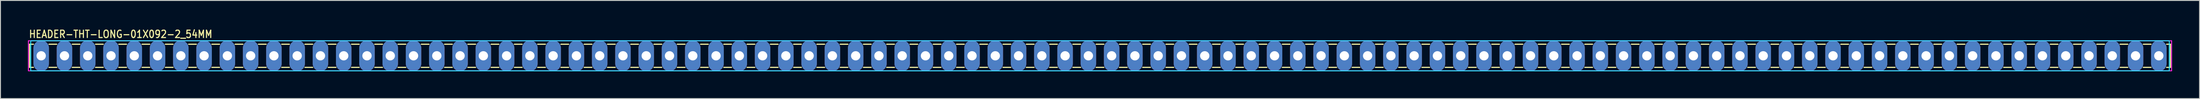
<source format=kicad_pcb>
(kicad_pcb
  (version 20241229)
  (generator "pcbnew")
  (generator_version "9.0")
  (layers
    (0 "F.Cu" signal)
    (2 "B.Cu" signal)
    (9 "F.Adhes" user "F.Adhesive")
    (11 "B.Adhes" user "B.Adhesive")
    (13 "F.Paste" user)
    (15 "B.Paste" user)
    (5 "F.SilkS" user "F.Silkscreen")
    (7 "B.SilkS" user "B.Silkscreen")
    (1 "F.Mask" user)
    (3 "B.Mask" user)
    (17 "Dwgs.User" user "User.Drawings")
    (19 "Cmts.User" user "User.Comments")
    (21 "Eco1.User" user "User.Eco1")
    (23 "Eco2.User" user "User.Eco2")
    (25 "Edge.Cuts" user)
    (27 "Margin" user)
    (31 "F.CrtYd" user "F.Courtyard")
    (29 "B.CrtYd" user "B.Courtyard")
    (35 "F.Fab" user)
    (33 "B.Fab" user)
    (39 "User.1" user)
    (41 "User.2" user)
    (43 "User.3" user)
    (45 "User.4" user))
  (footprint "HEADER-THT-LONG-01X092-2_54MM"
    (layer "F.Cu")
    (at 1.447 3.079)
    (property "Reference" "HEADER-THT-LONG-01X092-2_54MM" (at -1.4 -1.9 0) (unlocked yes) (layer "F.SilkS") (effects (font (size 0.813 0.695) (thickness 0.122)) (justify left bottom)))
    (fp_line (start -1.27 -1.27) (end -1.27 1.27) (stroke (width 0.127) (type solid)) (layer "F.SilkS"))
    (fp_line (start -1.27 1.27) (end -0.85 1.27) (stroke (width 0.127) (type solid)) (layer "F.SilkS"))
    (fp_line (start -0.85 -1.27) (end -1.27 -1.27) (stroke (width 0.127) (type solid)) (layer "F.SilkS"))
    (fp_line (start 0.85 -1.27) (end 1.69 -1.27) (stroke (width 0.127) (type solid)) (layer "F.SilkS"))
    (fp_line (start 0.85 1.27) (end 1.69 1.27) (stroke (width 0.127) (type solid)) (layer "F.SilkS"))
    (fp_line (start 3.39 -1.27) (end 4.23 -1.27) (stroke (width 0.127) (type solid)) (layer "F.SilkS"))
    (fp_line (start 3.39 1.27) (end 4.23 1.27) (stroke (width 0.127) (type solid)) (layer "F.SilkS"))
    (fp_line (start 5.93 -1.27) (end 6.77 -1.27) (stroke (width 0.127) (type solid)) (layer "F.SilkS"))
    (fp_line (start 5.93 1.27) (end 6.77 1.27) (stroke (width 0.127) (type solid)) (layer "F.SilkS"))
    (fp_line (start 8.47 -1.27) (end 9.31 -1.27) (stroke (width 0.127) (type solid)) (layer "F.SilkS"))
    (fp_line (start 8.47 1.27) (end 9.31 1.27) (stroke (width 0.127) (type solid)) (layer "F.SilkS"))
    (fp_line (start 11.01 -1.27) (end 11.85 -1.27) (stroke (width 0.127) (type solid)) (layer "F.SilkS"))
    (fp_line (start 11.01 1.27) (end 11.85 1.27) (stroke (width 0.127) (type solid)) (layer "F.SilkS"))
    (fp_line (start 13.55 -1.27) (end 14.39 -1.27) (stroke (width 0.127) (type solid)) (layer "F.SilkS"))
    (fp_line (start 13.55 1.27) (end 14.39 1.27) (stroke (width 0.127) (type solid)) (layer "F.SilkS"))
    (fp_line (start 16.09 -1.27) (end 16.93 -1.27) (stroke (width 0.127) (type solid)) (layer "F.SilkS"))
    (fp_line (start 16.09 1.27) (end 16.93 1.27) (stroke (width 0.127) (type solid)) (layer "F.SilkS"))
    (fp_line (start 18.63 -1.27) (end 19.47 -1.27) (stroke (width 0.127) (type solid)) (layer "F.SilkS"))
    (fp_line (start 18.63 1.27) (end 19.47 1.27) (stroke (width 0.127) (type solid)) (layer "F.SilkS"))
    (fp_line (start 21.17 -1.27) (end 22.01 -1.27) (stroke (width 0.127) (type solid)) (layer "F.SilkS"))
    (fp_line (start 21.17 1.27) (end 22.01 1.27) (stroke (width 0.127) (type solid)) (layer "F.SilkS"))
    (fp_line (start 23.71 -1.27) (end 24.55 -1.27) (stroke (width 0.127) (type solid)) (layer "F.SilkS"))
    (fp_line (start 23.71 1.27) (end 24.55 1.27) (stroke (width 0.127) (type solid)) (layer "F.SilkS"))
    (fp_line (start 26.25 -1.27) (end 27.09 -1.27) (stroke (width 0.127) (type solid)) (layer "F.SilkS"))
    (fp_line (start 26.25 1.27) (end 27.09 1.27) (stroke (width 0.127) (type solid)) (layer "F.SilkS"))
    (fp_line (start 28.79 -1.27) (end 29.63 -1.27) (stroke (width 0.127) (type solid)) (layer "F.SilkS"))
    (fp_line (start 28.79 1.27) (end 29.63 1.27) (stroke (width 0.127) (type solid)) (layer "F.SilkS"))
    (fp_line (start 31.33 -1.27) (end 32.17 -1.27) (stroke (width 0.127) (type solid)) (layer "F.SilkS"))
    (fp_line (start 31.33 1.27) (end 32.17 1.27) (stroke (width 0.127) (type solid)) (layer "F.SilkS"))
    (fp_line (start 33.87 -1.27) (end 34.71 -1.27) (stroke (width 0.127) (type solid)) (layer "F.SilkS"))
    (fp_line (start 33.87 1.27) (end 34.71 1.27) (stroke (width 0.127) (type solid)) (layer "F.SilkS"))
    (fp_line (start 36.41 -1.27) (end 37.25 -1.27) (stroke (width 0.127) (type solid)) (layer "F.SilkS"))
    (fp_line (start 36.41 1.27) (end 37.25 1.27) (stroke (width 0.127) (type solid)) (layer "F.SilkS"))
    (fp_line (start 38.95 -1.27) (end 39.79 -1.27) (stroke (width 0.127) (type solid)) (layer "F.SilkS"))
    (fp_line (start 38.95 1.27) (end 39.79 1.27) (stroke (width 0.127) (type solid)) (layer "F.SilkS"))
    (fp_line (start 41.49 -1.27) (end 42.33 -1.27) (stroke (width 0.127) (type solid)) (layer "F.SilkS"))
    (fp_line (start 41.49 1.27) (end 42.33 1.27) (stroke (width 0.127) (type solid)) (layer "F.SilkS"))
    (fp_line (start 44.03 -1.27) (end 44.87 -1.27) (stroke (width 0.127) (type solid)) (layer "F.SilkS"))
    (fp_line (start 44.03 1.27) (end 44.87 1.27) (stroke (width 0.127) (type solid)) (layer "F.SilkS"))
    (fp_line (start 46.57 -1.27) (end 47.41 -1.27) (stroke (width 0.127) (type solid)) (layer "F.SilkS"))
    (fp_line (start 46.57 1.27) (end 47.41 1.27) (stroke (width 0.127) (type solid)) (layer "F.SilkS"))
    (fp_line (start 49.11 -1.27) (end 49.95 -1.27) (stroke (width 0.127) (type solid)) (layer "F.SilkS"))
    (fp_line (start 49.11 1.27) (end 49.95 1.27) (stroke (width 0.127) (type solid)) (layer "F.SilkS"))
    (fp_line (start 51.65 -1.27) (end 52.49 -1.27) (stroke (width 0.127) (type solid)) (layer "F.SilkS"))
    (fp_line (start 51.65 1.27) (end 52.49 1.27) (stroke (width 0.127) (type solid)) (layer "F.SilkS"))
    (fp_line (start 54.19 -1.27) (end 55.03 -1.27) (stroke (width 0.127) (type solid)) (layer "F.SilkS"))
    (fp_line (start 54.19 1.27) (end 55.03 1.27) (stroke (width 0.127) (type solid)) (layer "F.SilkS"))
    (fp_line (start 56.73 -1.27) (end 57.57 -1.27) (stroke (width 0.127) (type solid)) (layer "F.SilkS"))
    (fp_line (start 56.73 1.27) (end 57.57 1.27) (stroke (width 0.127) (type solid)) (layer "F.SilkS"))
    (fp_line (start 59.27 -1.27) (end 60.11 -1.27) (stroke (width 0.127) (type solid)) (layer "F.SilkS"))
    (fp_line (start 59.27 1.27) (end 60.11 1.27) (stroke (width 0.127) (type solid)) (layer "F.SilkS"))
    (fp_line (start 61.81 -1.27) (end 62.65 -1.27) (stroke (width 0.127) (type solid)) (layer "F.SilkS"))
    (fp_line (start 61.81 1.27) (end 62.65 1.27) (stroke (width 0.127) (type solid)) (layer "F.SilkS"))
    (fp_line (start 64.35 -1.27) (end 65.19 -1.27) (stroke (width 0.127) (type solid)) (layer "F.SilkS"))
    (fp_line (start 64.35 1.27) (end 65.19 1.27) (stroke (width 0.127) (type solid)) (layer "F.SilkS"))
    (fp_line (start 66.89 -1.27) (end 67.73 -1.27) (stroke (width 0.127) (type solid)) (layer "F.SilkS"))
    (fp_line (start 66.89 1.27) (end 67.73 1.27) (stroke (width 0.127) (type solid)) (layer "F.SilkS"))
    (fp_line (start 69.43 -1.27) (end 70.27 -1.27) (stroke (width 0.127) (type solid)) (layer "F.SilkS"))
    (fp_line (start 69.43 1.27) (end 70.27 1.27) (stroke (width 0.127) (type solid)) (layer "F.SilkS"))
    (fp_line (start 71.97 -1.27) (end 72.81 -1.27) (stroke (width 0.127) (type solid)) (layer "F.SilkS"))
    (fp_line (start 71.97 1.27) (end 72.81 1.27) (stroke (width 0.127) (type solid)) (layer "F.SilkS"))
    (fp_line (start 74.51 -1.27) (end 75.35 -1.27) (stroke (width 0.127) (type solid)) (layer "F.SilkS"))
    (fp_line (start 74.51 1.27) (end 75.35 1.27) (stroke (width 0.127) (type solid)) (layer "F.SilkS"))
    (fp_line (start 77.05 -1.27) (end 77.89 -1.27) (stroke (width 0.127) (type solid)) (layer "F.SilkS"))
    (fp_line (start 77.05 1.27) (end 77.89 1.27) (stroke (width 0.127) (type solid)) (layer "F.SilkS"))
    (fp_line (start 79.59 -1.27) (end 80.43 -1.27) (stroke (width 0.127) (type solid)) (layer "F.SilkS"))
    (fp_line (start 79.59 1.27) (end 80.43 1.27) (stroke (width 0.127) (type solid)) (layer "F.SilkS"))
    (fp_line (start 82.13 -1.27) (end 82.97 -1.27) (stroke (width 0.127) (type solid)) (layer "F.SilkS"))
    (fp_line (start 82.13 1.27) (end 82.97 1.27) (stroke (width 0.127) (type solid)) (layer "F.SilkS"))
    (fp_line (start 84.67 -1.27) (end 85.51 -1.27) (stroke (width 0.127) (type solid)) (layer "F.SilkS"))
    (fp_line (start 84.67 1.27) (end 85.51 1.27) (stroke (width 0.127) (type solid)) (layer "F.SilkS"))
    (fp_line (start 87.21 -1.27) (end 88.05 -1.27) (stroke (width 0.127) (type solid)) (layer "F.SilkS"))
    (fp_line (start 87.21 1.27) (end 88.05 1.27) (stroke (width 0.127) (type solid)) (layer "F.SilkS"))
    (fp_line (start 89.75 -1.27) (end 90.59 -1.27) (stroke (width 0.127) (type solid)) (layer "F.SilkS"))
    (fp_line (start 89.75 1.27) (end 90.59 1.27) (stroke (width 0.127) (type solid)) (layer "F.SilkS"))
    (fp_line (start 92.29 -1.27) (end 93.13 -1.27) (stroke (width 0.127) (type solid)) (layer "F.SilkS"))
    (fp_line (start 92.29 1.27) (end 93.13 1.27) (stroke (width 0.127) (type solid)) (layer "F.SilkS"))
    (fp_line (start 94.83 -1.27) (end 95.67 -1.27) (stroke (width 0.127) (type solid)) (layer "F.SilkS"))
    (fp_line (start 94.83 1.27) (end 95.67 1.27) (stroke (width 0.127) (type solid)) (layer "F.SilkS"))
    (fp_line (start 97.37 -1.27) (end 98.21 -1.27) (stroke (width 0.127) (type solid)) (layer "F.SilkS"))
    (fp_line (start 97.37 1.27) (end 98.21 1.27) (stroke (width 0.127) (type solid)) (layer "F.SilkS"))
    (fp_line (start 99.91 -1.27) (end 100.75 -1.27) (stroke (width 0.127) (type solid)) (layer "F.SilkS"))
    (fp_line (start 99.91 1.27) (end 100.75 1.27) (stroke (width 0.127) (type solid)) (layer "F.SilkS"))
    (fp_line (start 102.45 -1.27) (end 103.29 -1.27) (stroke (width 0.127) (type solid)) (layer "F.SilkS"))
    (fp_line (start 102.45 1.27) (end 103.29 1.27) (stroke (width 0.127) (type solid)) (layer "F.SilkS"))
    (fp_line (start 104.99 -1.27) (end 105.83 -1.27) (stroke (width 0.127) (type solid)) (layer "F.SilkS"))
    (fp_line (start 104.99 1.27) (end 105.83 1.27) (stroke (width 0.127) (type solid)) (layer "F.SilkS"))
    (fp_line (start 107.53 -1.27) (end 108.37 -1.27) (stroke (width 0.127) (type solid)) (layer "F.SilkS"))
    (fp_line (start 107.53 1.27) (end 108.37 1.27) (stroke (width 0.127) (type solid)) (layer "F.SilkS"))
    (fp_line (start 110.07 -1.27) (end 110.91 -1.27) (stroke (width 0.127) (type solid)) (layer "F.SilkS"))
    (fp_line (start 110.07 1.27) (end 110.91 1.27) (stroke (width 0.127) (type solid)) (layer "F.SilkS"))
    (fp_line (start 112.61 -1.27) (end 113.45 -1.27) (stroke (width 0.127) (type solid)) (layer "F.SilkS"))
    (fp_line (start 112.61 1.27) (end 113.45 1.27) (stroke (width 0.127) (type solid)) (layer "F.SilkS"))
    (fp_line (start 115.15 -1.27) (end 115.99 -1.27) (stroke (width 0.127) (type solid)) (layer "F.SilkS"))
    (fp_line (start 115.15 1.27) (end 115.99 1.27) (stroke (width 0.127) (type solid)) (layer "F.SilkS"))
    (fp_line (start 117.69 -1.27) (end 118.53 -1.27) (stroke (width 0.127) (type solid)) (layer "F.SilkS"))
    (fp_line (start 117.69 1.27) (end 118.53 1.27) (stroke (width 0.127) (type solid)) (layer "F.SilkS"))
    (fp_line (start 120.23 -1.27) (end 121.07 -1.27) (stroke (width 0.127) (type solid)) (layer "F.SilkS"))
    (fp_line (start 120.23 1.27) (end 121.07 1.27) (stroke (width 0.127) (type solid)) (layer "F.SilkS"))
    (fp_line (start 122.77 -1.27) (end 123.61 -1.27) (stroke (width 0.127) (type solid)) (layer "F.SilkS"))
    (fp_line (start 122.77 1.27) (end 123.61 1.27) (stroke (width 0.127) (type solid)) (layer "F.SilkS"))
    (fp_line (start 125.31 -1.27) (end 126.15 -1.27) (stroke (width 0.127) (type solid)) (layer "F.SilkS"))
    (fp_line (start 125.31 1.27) (end 126.15 1.27) (stroke (width 0.127) (type solid)) (layer "F.SilkS"))
    (fp_line (start 127.85 -1.27) (end 128.69 -1.27) (stroke (width 0.127) (type solid)) (layer "F.SilkS"))
    (fp_line (start 127.85 1.27) (end 128.69 1.27) (stroke (width 0.127) (type solid)) (layer "F.SilkS"))
    (fp_line (start 130.39 -1.27) (end 131.23 -1.27) (stroke (width 0.127) (type solid)) (layer "F.SilkS"))
    (fp_line (start 130.39 1.27) (end 131.23 1.27) (stroke (width 0.127) (type solid)) (layer "F.SilkS"))
    (fp_line (start 132.93 -1.27) (end 133.77 -1.27) (stroke (width 0.127) (type solid)) (layer "F.SilkS"))
    (fp_line (start 132.93 1.27) (end 133.77 1.27) (stroke (width 0.127) (type solid)) (layer "F.SilkS"))
    (fp_line (start 135.47 -1.27) (end 136.31 -1.27) (stroke (width 0.127) (type solid)) (layer "F.SilkS"))
    (fp_line (start 135.47 1.27) (end 136.31 1.27) (stroke (width 0.127) (type solid)) (layer "F.SilkS"))
    (fp_line (start 138.01 -1.27) (end 138.85 -1.27) (stroke (width 0.127) (type solid)) (layer "F.SilkS"))
    (fp_line (start 138.01 1.27) (end 138.85 1.27) (stroke (width 0.127) (type solid)) (layer "F.SilkS"))
    (fp_line (start 140.55 -1.27) (end 141.39 -1.27) (stroke (width 0.127) (type solid)) (layer "F.SilkS"))
    (fp_line (start 140.55 1.27) (end 141.39 1.27) (stroke (width 0.127) (type solid)) (layer "F.SilkS"))
    (fp_line (start 143.09 -1.27) (end 143.93 -1.27) (stroke (width 0.127) (type solid)) (layer "F.SilkS"))
    (fp_line (start 143.09 1.27) (end 143.93 1.27) (stroke (width 0.127) (type solid)) (layer "F.SilkS"))
    (fp_line (start 145.63 -1.27) (end 146.47 -1.27) (stroke (width 0.127) (type solid)) (layer "F.SilkS"))
    (fp_line (start 145.63 1.27) (end 146.47 1.27) (stroke (width 0.127) (type solid)) (layer "F.SilkS"))
    (fp_line (start 148.17 -1.27) (end 149.01 -1.27) (stroke (width 0.127) (type solid)) (layer "F.SilkS"))
    (fp_line (start 148.17 1.27) (end 149.01 1.27) (stroke (width 0.127) (type solid)) (layer "F.SilkS"))
    (fp_line (start 150.71 -1.27) (end 151.55 -1.27) (stroke (width 0.127) (type solid)) (layer "F.SilkS"))
    (fp_line (start 150.71 1.27) (end 151.55 1.27) (stroke (width 0.127) (type solid)) (layer "F.SilkS"))
    (fp_line (start 153.25 -1.27) (end 154.09 -1.27) (stroke (width 0.127) (type solid)) (layer "F.SilkS"))
    (fp_line (start 153.25 1.27) (end 154.09 1.27) (stroke (width 0.127) (type solid)) (layer "F.SilkS"))
    (fp_line (start 155.79 -1.27) (end 156.63 -1.27) (stroke (width 0.127) (type solid)) (layer "F.SilkS"))
    (fp_line (start 155.79 1.27) (end 156.63 1.27) (stroke (width 0.127) (type solid)) (layer "F.SilkS"))
    (fp_line (start 158.33 -1.27) (end 159.17 -1.27) (stroke (width 0.127) (type solid)) (layer "F.SilkS"))
    (fp_line (start 158.33 1.27) (end 159.17 1.27) (stroke (width 0.127) (type solid)) (layer "F.SilkS"))
    (fp_line (start 160.87 -1.27) (end 161.71 -1.27) (stroke (width 0.127) (type solid)) (layer "F.SilkS"))
    (fp_line (start 160.87 1.27) (end 161.71 1.27) (stroke (width 0.127) (type solid)) (layer "F.SilkS"))
    (fp_line (start 163.41 -1.27) (end 164.25 -1.27) (stroke (width 0.127) (type solid)) (layer "F.SilkS"))
    (fp_line (start 163.41 1.27) (end 164.25 1.27) (stroke (width 0.127) (type solid)) (layer "F.SilkS"))
    (fp_line (start 165.95 -1.27) (end 166.79 -1.27) (stroke (width 0.127) (type solid)) (layer "F.SilkS"))
    (fp_line (start 165.95 1.27) (end 166.79 1.27) (stroke (width 0.127) (type solid)) (layer "F.SilkS"))
    (fp_line (start 168.49 -1.27) (end 169.33 -1.27) (stroke (width 0.127) (type solid)) (layer "F.SilkS"))
    (fp_line (start 168.49 1.27) (end 169.33 1.27) (stroke (width 0.127) (type solid)) (layer "F.SilkS"))
    (fp_line (start 171.03 -1.27) (end 171.87 -1.27) (stroke (width 0.127) (type solid)) (layer "F.SilkS"))
    (fp_line (start 171.03 1.27) (end 171.87 1.27) (stroke (width 0.127) (type solid)) (layer "F.SilkS"))
    (fp_line (start 173.57 -1.27) (end 174.41 -1.27) (stroke (width 0.127) (type solid)) (layer "F.SilkS"))
    (fp_line (start 173.57 1.27) (end 174.41 1.27) (stroke (width 0.127) (type solid)) (layer "F.SilkS"))
    (fp_line (start 176.11 -1.27) (end 176.95 -1.27) (stroke (width 0.127) (type solid)) (layer "F.SilkS"))
    (fp_line (start 176.11 1.27) (end 176.95 1.27) (stroke (width 0.127) (type solid)) (layer "F.SilkS"))
    (fp_line (start 178.65 -1.27) (end 179.49 -1.27) (stroke (width 0.127) (type solid)) (layer "F.SilkS"))
    (fp_line (start 178.65 1.27) (end 179.49 1.27) (stroke (width 0.127) (type solid)) (layer "F.SilkS"))
    (fp_line (start 181.19 -1.27) (end 182.03 -1.27) (stroke (width 0.127) (type solid)) (layer "F.SilkS"))
    (fp_line (start 181.19 1.27) (end 182.03 1.27) (stroke (width 0.127) (type solid)) (layer "F.SilkS"))
    (fp_line (start 183.73 -1.27) (end 184.57 -1.27) (stroke (width 0.127) (type solid)) (layer "F.SilkS"))
    (fp_line (start 183.73 1.27) (end 184.57 1.27) (stroke (width 0.127) (type solid)) (layer "F.SilkS"))
    (fp_line (start 186.27 -1.27) (end 187.11 -1.27) (stroke (width 0.127) (type solid)) (layer "F.SilkS"))
    (fp_line (start 186.27 1.27) (end 187.11 1.27) (stroke (width 0.127) (type solid)) (layer "F.SilkS"))
    (fp_line (start 188.81 -1.27) (end 189.65 -1.27) (stroke (width 0.127) (type solid)) (layer "F.SilkS"))
    (fp_line (start 188.81 1.27) (end 189.65 1.27) (stroke (width 0.127) (type solid)) (layer "F.SilkS"))
    (fp_line (start 191.35 -1.27) (end 192.19 -1.27) (stroke (width 0.127) (type solid)) (layer "F.SilkS"))
    (fp_line (start 191.35 1.27) (end 192.19 1.27) (stroke (width 0.127) (type solid)) (layer "F.SilkS"))
    (fp_line (start 193.89 -1.27) (end 194.73 -1.27) (stroke (width 0.127) (type solid)) (layer "F.SilkS"))
    (fp_line (start 193.89 1.27) (end 194.73 1.27) (stroke (width 0.127) (type solid)) (layer "F.SilkS"))
    (fp_line (start 196.43 -1.27) (end 197.27 -1.27) (stroke (width 0.127) (type solid)) (layer "F.SilkS"))
    (fp_line (start 196.43 1.27) (end 197.27 1.27) (stroke (width 0.127) (type solid)) (layer "F.SilkS"))
    (fp_line (start 198.97 -1.27) (end 199.81 -1.27) (stroke (width 0.127) (type solid)) (layer "F.SilkS"))
    (fp_line (start 198.97 1.27) (end 199.81 1.27) (stroke (width 0.127) (type solid)) (layer "F.SilkS"))
    (fp_line (start 201.51 -1.27) (end 202.35 -1.27) (stroke (width 0.127) (type solid)) (layer "F.SilkS"))
    (fp_line (start 201.51 1.27) (end 202.35 1.27) (stroke (width 0.127) (type solid)) (layer "F.SilkS"))
    (fp_line (start 204.05 -1.27) (end 204.89 -1.27) (stroke (width 0.127) (type solid)) (layer "F.SilkS"))
    (fp_line (start 204.05 1.27) (end 204.89 1.27) (stroke (width 0.127) (type solid)) (layer "F.SilkS"))
    (fp_line (start 206.59 -1.27) (end 207.43 -1.27) (stroke (width 0.127) (type solid)) (layer "F.SilkS"))
    (fp_line (start 206.59 1.27) (end 207.43 1.27) (stroke (width 0.127) (type solid)) (layer "F.SilkS"))
    (fp_line (start 209.13 -1.27) (end 209.97 -1.27) (stroke (width 0.127) (type solid)) (layer "F.SilkS"))
    (fp_line (start 209.13 1.27) (end 209.97 1.27) (stroke (width 0.127) (type solid)) (layer "F.SilkS"))
    (fp_line (start 211.67 -1.27) (end 212.51 -1.27) (stroke (width 0.127) (type solid)) (layer "F.SilkS"))
    (fp_line (start 211.67 1.27) (end 212.51 1.27) (stroke (width 0.127) (type solid)) (layer "F.SilkS"))
    (fp_line (start 214.21 -1.27) (end 215.05 -1.27) (stroke (width 0.127) (type solid)) (layer "F.SilkS"))
    (fp_line (start 214.21 1.27) (end 215.05 1.27) (stroke (width 0.127) (type solid)) (layer "F.SilkS"))
    (fp_line (start 216.75 -1.27) (end 217.59 -1.27) (stroke (width 0.127) (type solid)) (layer "F.SilkS"))
    (fp_line (start 216.75 1.27) (end 217.59 1.27) (stroke (width 0.127) (type solid)) (layer "F.SilkS"))
    (fp_line (start 219.29 -1.27) (end 220.13 -1.27) (stroke (width 0.127) (type solid)) (layer "F.SilkS"))
    (fp_line (start 219.29 1.27) (end 220.13 1.27) (stroke (width 0.127) (type solid)) (layer "F.SilkS"))
    (fp_line (start 221.83 -1.27) (end 222.67 -1.27) (stroke (width 0.127) (type solid)) (layer "F.SilkS"))
    (fp_line (start 221.83 1.27) (end 222.67 1.27) (stroke (width 0.127) (type solid)) (layer "F.SilkS"))
    (fp_line (start 224.37 -1.27) (end 225.21 -1.27) (stroke (width 0.127) (type solid)) (layer "F.SilkS"))
    (fp_line (start 224.37 1.27) (end 225.21 1.27) (stroke (width 0.127) (type solid)) (layer "F.SilkS"))
    (fp_line (start 226.91 -1.27) (end 227.75 -1.27) (stroke (width 0.127) (type solid)) (layer "F.SilkS"))
    (fp_line (start 226.91 1.27) (end 227.75 1.27) (stroke (width 0.127) (type solid)) (layer "F.SilkS"))
    (fp_line (start 229.45 -1.27) (end 230.29 -1.27) (stroke (width 0.127) (type solid)) (layer "F.SilkS"))
    (fp_line (start 229.45 1.27) (end 230.29 1.27) (stroke (width 0.127) (type solid)) (layer "F.SilkS"))
    (fp_line (start 231.99 -1.27) (end 232.41 -1.27) (stroke (width 0.127) (type solid)) (layer "F.SilkS"))
    (fp_line (start 232.41 -1.27) (end 232.41 1.27) (stroke (width 0.127) (type solid)) (layer "F.SilkS"))
    (fp_line (start 232.41 1.27) (end 231.99 1.27) (stroke (width 0.127) (type solid)) (layer "F.SilkS"))
    (fp_poly (pts (xy -1.143 -1.651) (xy 232.283 -1.651) (xy 232.283 1.651) (xy -1.143 1.651)) (stroke (width 0.1) (type solid)) (fill no) (layer "B.CrtYd"))
    (fp_poly (pts (xy -1.397 -1.651) (xy 232.537 -1.651) (xy 232.537 1.651) (xy -1.397 1.651)) (stroke (width 0.1) (type solid)) (fill no) (layer "F.CrtYd"))
    (pad "1" thru_hole oval (at 0 0 90) (size 3.387 1.693) (drill 1.016) (layers "*.Cu" "*.Mask"))
    (pad "2" thru_hole oval (at 2.54 0 90) (size 3.387 1.693) (drill 1.016) (layers "*.Cu" "*.Mask"))
    (pad "3" thru_hole oval (at 5.08 0 90) (size 3.387 1.693) (drill 1.016) (layers "*.Cu" "*.Mask"))
    (pad "4" thru_hole oval (at 7.62 0 90) (size 3.387 1.693) (drill 1.016) (layers "*.Cu" "*.Mask"))
    (pad "5" thru_hole oval (at 10.16 0 90) (size 3.387 1.693) (drill 1.016) (layers "*.Cu" "*.Mask"))
    (pad "6" thru_hole oval (at 12.7 0 90) (size 3.387 1.693) (drill 1.016) (layers "*.Cu" "*.Mask"))
    (pad "7" thru_hole oval (at 15.24 0 90) (size 3.387 1.693) (drill 1.016) (layers "*.Cu" "*.Mask"))
    (pad "8" thru_hole oval (at 17.78 0 90) (size 3.387 1.693) (drill 1.016) (layers "*.Cu" "*.Mask"))
    (pad "9" thru_hole oval (at 20.32 0 90) (size 3.387 1.693) (drill 1.016) (layers "*.Cu" "*.Mask"))
    (pad "10" thru_hole oval (at 22.86 0 90) (size 3.387 1.693) (drill 1.016) (layers "*.Cu" "*.Mask"))
    (pad "11" thru_hole oval (at 25.4 0 90) (size 3.387 1.693) (drill 1.016) (layers "*.Cu" "*.Mask"))
    (pad "12" thru_hole oval (at 27.94 0 90) (size 3.387 1.693) (drill 1.016) (layers "*.Cu" "*.Mask"))
    (pad "13" thru_hole oval (at 30.48 0 90) (size 3.387 1.693) (drill 1.016) (layers "*.Cu" "*.Mask"))
    (pad "14" thru_hole oval (at 33.02 0 90) (size 3.387 1.693) (drill 1.016) (layers "*.Cu" "*.Mask"))
    (pad "15" thru_hole oval (at 35.56 0 90) (size 3.387 1.693) (drill 1.016) (layers "*.Cu" "*.Mask"))
    (pad "16" thru_hole oval (at 38.1 0 90) (size 3.387 1.693) (drill 1.016) (layers "*.Cu" "*.Mask"))
    (pad "17" thru_hole oval (at 40.64 0 90) (size 3.387 1.693) (drill 1.016) (layers "*.Cu" "*.Mask"))
    (pad "18" thru_hole oval (at 43.18 0 90) (size 3.387 1.693) (drill 1.016) (layers "*.Cu" "*.Mask"))
    (pad "19" thru_hole oval (at 45.72 0 90) (size 3.387 1.693) (drill 1.016) (layers "*.Cu" "*.Mask"))
    (pad "20" thru_hole oval (at 48.26 0 90) (size 3.387 1.693) (drill 1.016) (layers "*.Cu" "*.Mask"))
    (pad "21" thru_hole oval (at 50.8 0 90) (size 3.387 1.693) (drill 1.016) (layers "*.Cu" "*.Mask"))
    (pad "22" thru_hole oval (at 53.34 0 90) (size 3.387 1.693) (drill 1.016) (layers "*.Cu" "*.Mask"))
    (pad "23" thru_hole oval (at 55.88 0 90) (size 3.387 1.693) (drill 1.016) (layers "*.Cu" "*.Mask"))
    (pad "24" thru_hole oval (at 58.42 0 90) (size 3.387 1.693) (drill 1.016) (layers "*.Cu" "*.Mask"))
    (pad "25" thru_hole oval (at 60.96 0 90) (size 3.387 1.693) (drill 1.016) (layers "*.Cu" "*.Mask"))
    (pad "26" thru_hole oval (at 63.5 0 90) (size 3.387 1.693) (drill 1.016) (layers "*.Cu" "*.Mask"))
    (pad "27" thru_hole oval (at 66.04 0 90) (size 3.387 1.693) (drill 1.016) (layers "*.Cu" "*.Mask"))
    (pad "28" thru_hole oval (at 68.58 0 90) (size 3.387 1.693) (drill 1.016) (layers "*.Cu" "*.Mask"))
    (pad "29" thru_hole oval (at 71.12 0 90) (size 3.387 1.693) (drill 1.016) (layers "*.Cu" "*.Mask"))
    (pad "30" thru_hole oval (at 73.66 0 90) (size 3.387 1.693) (drill 1.016) (layers "*.Cu" "*.Mask"))
    (pad "31" thru_hole oval (at 76.2 0 90) (size 3.387 1.693) (drill 1.016) (layers "*.Cu" "*.Mask"))
    (pad "32" thru_hole oval (at 78.74 0 90) (size 3.387 1.693) (drill 1.016) (layers "*.Cu" "*.Mask"))
    (pad "33" thru_hole oval (at 81.28 0 90) (size 3.387 1.693) (drill 1.016) (layers "*.Cu" "*.Mask"))
    (pad "34" thru_hole oval (at 83.82 0 90) (size 3.387 1.693) (drill 1.016) (layers "*.Cu" "*.Mask"))
    (pad "35" thru_hole oval (at 86.36 0 90) (size 3.387 1.693) (drill 1.016) (layers "*.Cu" "*.Mask"))
    (pad "36" thru_hole oval (at 88.9 0 90) (size 3.387 1.693) (drill 1.016) (layers "*.Cu" "*.Mask"))
    (pad "37" thru_hole oval (at 91.44 0 90) (size 3.387 1.693) (drill 1.016) (layers "*.Cu" "*.Mask"))
    (pad "38" thru_hole oval (at 93.98 0 90) (size 3.387 1.693) (drill 1.016) (layers "*.Cu" "*.Mask"))
    (pad "39" thru_hole oval (at 96.52 0 90) (size 3.387 1.693) (drill 1.016) (layers "*.Cu" "*.Mask"))
    (pad "40" thru_hole oval (at 99.06 0 90) (size 3.387 1.693) (drill 1.016) (layers "*.Cu" "*.Mask"))
    (pad "41" thru_hole oval (at 101.6 0 90) (size 3.387 1.693) (drill 1.016) (layers "*.Cu" "*.Mask"))
    (pad "42" thru_hole oval (at 104.14 0 90) (size 3.387 1.693) (drill 1.016) (layers "*.Cu" "*.Mask"))
    (pad "43" thru_hole oval (at 106.68 0 90) (size 3.387 1.693) (drill 1.016) (layers "*.Cu" "*.Mask"))
    (pad "44" thru_hole oval (at 109.22 0 90) (size 3.387 1.693) (drill 1.016) (layers "*.Cu" "*.Mask"))
    (pad "45" thru_hole oval (at 111.76 0 90) (size 3.387 1.693) (drill 1.016) (layers "*.Cu" "*.Mask"))
    (pad "46" thru_hole oval (at 114.3 0 90) (size 3.387 1.693) (drill 1.016) (layers "*.Cu" "*.Mask"))
    (pad "47" thru_hole oval (at 116.84 0 90) (size 3.387 1.693) (drill 1.016) (layers "*.Cu" "*.Mask"))
    (pad "48" thru_hole oval (at 119.38 0 90) (size 3.387 1.693) (drill 1.016) (layers "*.Cu" "*.Mask"))
    (pad "49" thru_hole oval (at 121.92 0 90) (size 3.387 1.693) (drill 1.016) (layers "*.Cu" "*.Mask"))
    (pad "50" thru_hole oval (at 124.46 0 90) (size 3.387 1.693) (drill 1.016) (layers "*.Cu" "*.Mask"))
    (pad "51" thru_hole oval (at 127 0 90) (size 3.387 1.693) (drill 1.016) (layers "*.Cu" "*.Mask"))
    (pad "52" thru_hole oval (at 129.54 0 90) (size 3.387 1.693) (drill 1.016) (layers "*.Cu" "*.Mask"))
    (pad "53" thru_hole oval (at 132.08 0 90) (size 3.387 1.693) (drill 1.016) (layers "*.Cu" "*.Mask"))
    (pad "54" thru_hole oval (at 134.62 0 90) (size 3.387 1.693) (drill 1.016) (layers "*.Cu" "*.Mask"))
    (pad "55" thru_hole oval (at 137.16 0 90) (size 3.387 1.693) (drill 1.016) (layers "*.Cu" "*.Mask"))
    (pad "56" thru_hole oval (at 139.7 0 90) (size 3.387 1.693) (drill 1.016) (layers "*.Cu" "*.Mask"))
    (pad "57" thru_hole oval (at 142.24 0 90) (size 3.387 1.693) (drill 1.016) (layers "*.Cu" "*.Mask"))
    (pad "58" thru_hole oval (at 144.78 0 90) (size 3.387 1.693) (drill 1.016) (layers "*.Cu" "*.Mask"))
    (pad "59" thru_hole oval (at 147.32 0 90) (size 3.387 1.693) (drill 1.016) (layers "*.Cu" "*.Mask"))
    (pad "60" thru_hole oval (at 149.86 0 90) (size 3.387 1.693) (drill 1.016) (layers "*.Cu" "*.Mask"))
    (pad "61" thru_hole oval (at 152.4 0 90) (size 3.387 1.693) (drill 1.016) (layers "*.Cu" "*.Mask"))
    (pad "62" thru_hole oval (at 154.94 0 90) (size 3.387 1.693) (drill 1.016) (layers "*.Cu" "*.Mask"))
    (pad "63" thru_hole oval (at 157.48 0 90) (size 3.387 1.693) (drill 1.016) (layers "*.Cu" "*.Mask"))
    (pad "64" thru_hole oval (at 160.02 0 90) (size 3.387 1.693) (drill 1.016) (layers "*.Cu" "*.Mask"))
    (pad "65" thru_hole oval (at 162.56 0 90) (size 3.387 1.693) (drill 1.016) (layers "*.Cu" "*.Mask"))
    (pad "66" thru_hole oval (at 165.1 0 90) (size 3.387 1.693) (drill 1.016) (layers "*.Cu" "*.Mask"))
    (pad "67" thru_hole oval (at 167.64 0 90) (size 3.387 1.693) (drill 1.016) (layers "*.Cu" "*.Mask"))
    (pad "68" thru_hole oval (at 170.18 0 90) (size 3.387 1.693) (drill 1.016) (layers "*.Cu" "*.Mask"))
    (pad "69" thru_hole oval (at 172.72 0 90) (size 3.387 1.693) (drill 1.016) (layers "*.Cu" "*.Mask"))
    (pad "70" thru_hole oval (at 175.26 0 90) (size 3.387 1.693) (drill 1.016) (layers "*.Cu" "*.Mask"))
    (pad "71" thru_hole oval (at 177.8 0 90) (size 3.387 1.693) (drill 1.016) (layers "*.Cu" "*.Mask"))
    (pad "72" thru_hole oval (at 180.34 0 90) (size 3.387 1.693) (drill 1.016) (layers "*.Cu" "*.Mask"))
    (pad "73" thru_hole oval (at 182.88 0 90) (size 3.387 1.693) (drill 1.016) (layers "*.Cu" "*.Mask"))
    (pad "74" thru_hole oval (at 185.42 0 90) (size 3.387 1.693) (drill 1.016) (layers "*.Cu" "*.Mask"))
    (pad "75" thru_hole oval (at 187.96 0 90) (size 3.387 1.693) (drill 1.016) (layers "*.Cu" "*.Mask"))
    (pad "76" thru_hole oval (at 190.5 0 90) (size 3.387 1.693) (drill 1.016) (layers "*.Cu" "*.Mask"))
    (pad "77" thru_hole oval (at 193.04 0 90) (size 3.387 1.693) (drill 1.016) (layers "*.Cu" "*.Mask"))
    (pad "78" thru_hole oval (at 195.58 0 90) (size 3.387 1.693) (drill 1.016) (layers "*.Cu" "*.Mask"))
    (pad "79" thru_hole oval (at 198.12 0 90) (size 3.387 1.693) (drill 1.016) (layers "*.Cu" "*.Mask"))
    (pad "80" thru_hole oval (at 200.66 0 90) (size 3.387 1.693) (drill 1.016) (layers "*.Cu" "*.Mask"))
    (pad "81" thru_hole oval (at 203.2 0 90) (size 3.387 1.693) (drill 1.016) (layers "*.Cu" "*.Mask"))
    (pad "82" thru_hole oval (at 205.74 0 90) (size 3.387 1.693) (drill 1.016) (layers "*.Cu" "*.Mask"))
    (pad "83" thru_hole oval (at 208.28 0 90) (size 3.387 1.693) (drill 1.016) (layers "*.Cu" "*.Mask"))
    (pad "84" thru_hole oval (at 210.82 0 90) (size 3.387 1.693) (drill 1.016) (layers "*.Cu" "*.Mask"))
    (pad "85" thru_hole oval (at 213.36 0 90) (size 3.387 1.693) (drill 1.016) (layers "*.Cu" "*.Mask"))
    (pad "86" thru_hole oval (at 215.9 0 90) (size 3.387 1.693) (drill 1.016) (layers "*.Cu" "*.Mask"))
    (pad "87" thru_hole oval (at 218.44 0 90) (size 3.387 1.693) (drill 1.016) (layers "*.Cu" "*.Mask"))
    (pad "88" thru_hole oval (at 220.98 0 90) (size 3.387 1.693) (drill 1.016) (layers "*.Cu" "*.Mask"))
    (pad "89" thru_hole oval (at 223.52 0 90) (size 3.387 1.693) (drill 1.016) (layers "*.Cu" "*.Mask"))
    (pad "90" thru_hole oval (at 226.06 0 90) (size 3.387 1.693) (drill 1.016) (layers "*.Cu" "*.Mask"))
    (pad "91" thru_hole oval (at 228.6 0 90) (size 3.387 1.693) (drill 1.016) (layers "*.Cu" "*.Mask"))
    (pad "92" thru_hole oval (at 231.14 0 90) (size 3.387 1.693) (drill 1.016) (layers "*.Cu" "*.Mask")))
  (gr_rect
    (start -3 -3)
    (end 237.034 7.78)
    (stroke (width 0.1) (type default))
    (fill no)
    (layer "Edge.Cuts")))
</source>
